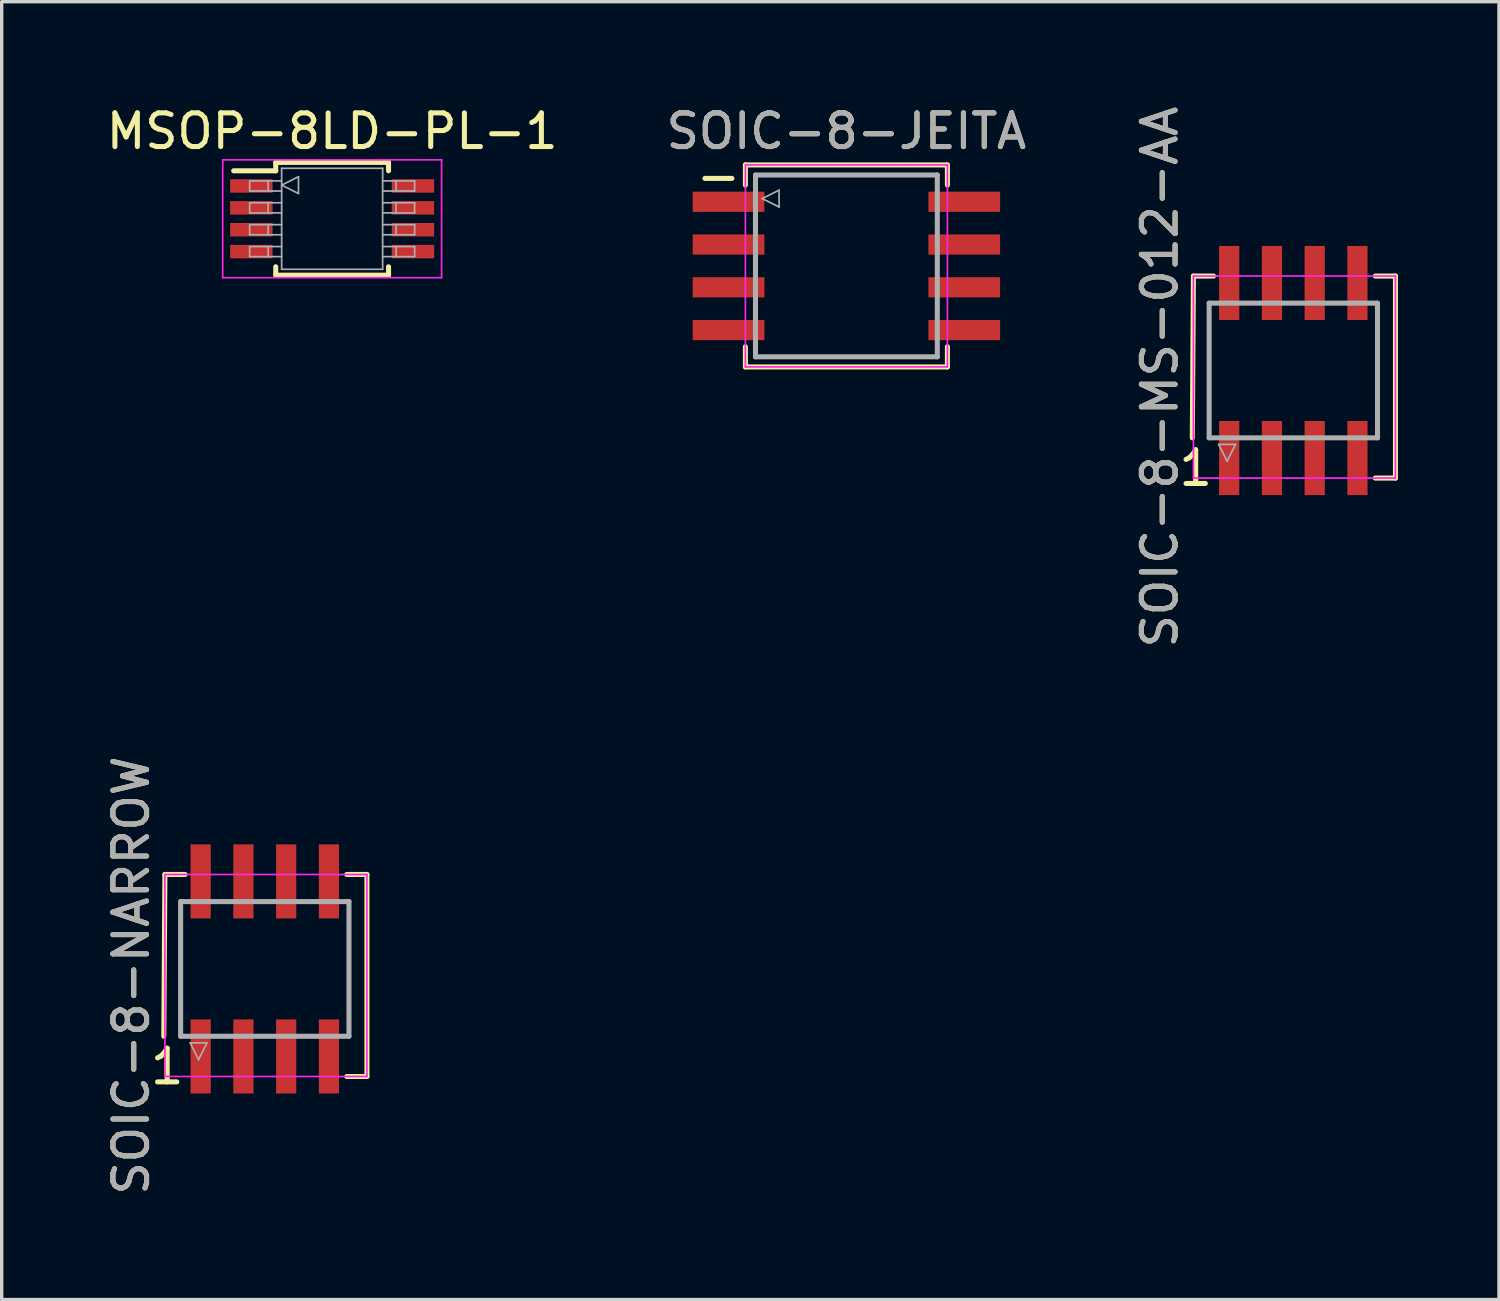
<source format=kicad_pcb>
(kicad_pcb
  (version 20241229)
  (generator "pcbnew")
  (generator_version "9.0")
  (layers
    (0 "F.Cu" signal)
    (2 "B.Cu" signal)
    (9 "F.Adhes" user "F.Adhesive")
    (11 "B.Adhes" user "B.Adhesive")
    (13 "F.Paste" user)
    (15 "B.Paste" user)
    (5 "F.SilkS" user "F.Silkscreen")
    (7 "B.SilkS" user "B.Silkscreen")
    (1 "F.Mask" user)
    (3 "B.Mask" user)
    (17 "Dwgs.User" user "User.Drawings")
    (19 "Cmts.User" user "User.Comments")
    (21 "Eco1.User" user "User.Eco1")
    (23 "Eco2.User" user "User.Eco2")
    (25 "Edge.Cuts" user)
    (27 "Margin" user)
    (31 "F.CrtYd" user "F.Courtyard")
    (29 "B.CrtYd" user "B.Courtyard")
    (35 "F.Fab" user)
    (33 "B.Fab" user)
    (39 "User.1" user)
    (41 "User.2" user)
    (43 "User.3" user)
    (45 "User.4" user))
  (footprint "SOIC−8-JEITA"
    (layer "F.Cu")
    (at 22.089 4.848)
    (property "Reference" "SOIC−8-JEITA" (at 0 -4 0) (layer "F.SilkS") (effects (font (size 1 1) (thickness 0.15))))
    (attr smd)
    (fp_line (start -3.4 -2.6) (end -4.2 -2.6) (stroke (width 0.15) (type solid)) (layer "F.SilkS"))
    (fp_line (start -3 -3) (end -3 -2.4) (stroke (width 0.15) (type solid)) (layer "F.SilkS"))
    (fp_line (start -3 -3) (end 3 -3) (stroke (width 0.15) (type solid)) (layer "F.SilkS"))
    (fp_line (start -3 3) (end -3 2.4) (stroke (width 0.15) (type solid)) (layer "F.SilkS"))
    (fp_line (start -3 3) (end 3 3) (stroke (width 0.15) (type solid)) (layer "F.SilkS"))
    (fp_line (start 3 -3) (end 3 -2.4) (stroke (width 0.15) (type solid)) (layer "F.SilkS"))
    (fp_line (start 3 2.4) (end 3 3) (stroke (width 0.15) (type solid)) (layer "F.SilkS"))
    (fp_line (start -3 -3) (end -3 3) (stroke (width 0.05) (type solid)) (layer "F.CrtYd"))
    (fp_line (start -3 -3) (end 3 -3) (stroke (width 0.05) (type solid)) (layer "F.CrtYd"))
    (fp_line (start -3 3) (end 3 3) (stroke (width 0.05) (type solid)) (layer "F.CrtYd"))
    (fp_line (start 3 -3) (end 3 3) (stroke (width 0.05) (type solid)) (layer "F.CrtYd"))
    (fp_line (start -2.7 -2.7) (end -2.7 2.7) (stroke (width 0.15) (type solid)) (layer "F.Fab"))
    (fp_line (start -2.7 2.7) (end 2.7 2.7) (stroke (width 0.15) (type solid)) (layer "F.Fab"))
    (fp_line (start -2.5 -2) (end -2 -2.25) (stroke (width 0.05) (type solid)) (layer "F.Fab"))
    (fp_line (start -2 -2.25) (end -2 -1.75) (stroke (width 0.05) (type solid)) (layer "F.Fab"))
    (fp_line (start -2 -1.75) (end -2.5 -2) (stroke (width 0.05) (type solid)) (layer "F.Fab"))
    (fp_line (start 2.7 -2.7) (end -2.7 -2.7) (stroke (width 0.15) (type solid)) (layer "F.Fab"))
    (fp_line (start 2.7 2.7) (end 2.7 -2.7) (stroke (width 0.15) (type solid)) (layer "F.Fab"))
    (fp_text user "${REFERENCE}" (at 0 -4 0) (layer "F.Fab") (effects (font (size 1 1) (thickness 0.15))))
    (pad "1" smd rect (at -3.5 -1.905) (size 2.13 0.6) (layers "F.Cu" "F.Mask" "F.Paste"))
    (pad "2" smd rect (at -3.5 -0.635) (size 2.13 0.6) (layers "F.Cu" "F.Mask" "F.Paste"))
    (pad "3" smd rect (at -3.5 0.635) (size 2.13 0.6) (layers "F.Cu" "F.Mask" "F.Paste"))
    (pad "4" smd rect (at -3.5 1.905) (size 2.13 0.6) (layers "F.Cu" "F.Mask" "F.Paste"))
    (pad "5" smd rect (at 3.5 1.905) (size 2.13 0.6) (layers "F.Cu" "F.Mask" "F.Paste"))
    (pad "6" smd rect (at 3.5 0.635) (size 2.13 0.6) (layers "F.Cu" "F.Mask" "F.Paste"))
    (pad "7" smd rect (at 3.5 -0.635) (size 2.13 0.6) (layers "F.Cu" "F.Mask" "F.Paste"))
    (pad "8" smd rect (at 3.5 -1.905) (size 2.13 0.6) (layers "F.Cu" "F.Mask" "F.Paste")))
  (footprint "SOIC−8-NARROW"
    (layer "F.Cu")
    (at 4.815 25.728)
    (property "Reference" "SOIC−8-NARROW" (at -3.967 0.195 90) (layer "F.SilkS") (effects (font (size 1 1) (thickness 0.15))))
    (attr smd)
    (fp_line (start -3 2) (end -2.967 -2.805) (stroke (width 0.15) (type solid)) (layer "F.SilkS"))
    (fp_line (start -2.967 -2.805) (end -2.367 -2.805) (stroke (width 0.15) (type solid)) (layer "F.SilkS"))
    (fp_line (start 2.433 -2.805) (end 3.033 -2.805) (stroke (width 0.15) (type solid)) (layer "F.SilkS"))
    (fp_line (start 3.033 3.195) (end 2.433 3.195) (stroke (width 0.15) (type solid)) (layer "F.SilkS"))
    (fp_line (start 3.033 3.195) (end 3.033 -2.805) (stroke (width 0.15) (type solid)) (layer "F.SilkS"))
    (fp_line (start -2.967 -2.805) (end 3.033 -2.805) (stroke (width 0.05) (type solid)) (layer "F.CrtYd"))
    (fp_line (start -2.967 3.195) (end -2.967 -2.805) (stroke (width 0.05) (type solid)) (layer "F.CrtYd"))
    (fp_line (start -2.967 3.195) (end 3.033 3.195) (stroke (width 0.05) (type solid)) (layer "F.CrtYd"))
    (fp_line (start 3.033 3.195) (end 3.033 -2.805) (stroke (width 0.05) (type solid)) (layer "F.CrtYd"))
    (fp_line (start -2.5 -2) (end -2.5 2) (stroke (width 0.15) (type solid)) (layer "F.Fab"))
    (fp_line (start -2.5 2) (end 2.5 2) (stroke (width 0.15) (type solid)) (layer "F.Fab"))
    (fp_line (start -2.217 2.195) (end -1.717 2.195) (stroke (width 0.05) (type solid)) (layer "F.Fab"))
    (fp_line (start -1.967 2.695) (end -2.217 2.195) (stroke (width 0.05) (type solid)) (layer "F.Fab"))
    (fp_line (start -1.717 2.195) (end -1.967 2.695) (stroke (width 0.05) (type solid)) (layer "F.Fab"))
    (fp_line (start 2.5 -2) (end -2.5 -2) (stroke (width 0.15) (type solid)) (layer "F.Fab"))
    (fp_line (start 2.5 2) (end 2.5 -2) (stroke (width 0.15) (type solid)) (layer "F.Fab"))
    (fp_text user "1" (at -2.9 2.9 0) (layer "F.SilkS") (effects (font (size 1 1) (thickness 0.15))))
    (fp_text user "${REFERENCE}" (at -3.967 0.195 90) (layer "F.Fab") (effects (font (size 1 1) (thickness 0.15))))
    (pad "1" smd rect (at -1.905 2.6) (size 0.6 2.2) (layers "F.Cu" "F.Mask" "F.Paste"))
    (pad "2" smd rect (at -0.635 2.6) (size 0.6 2.2) (layers "F.Cu" "F.Mask" "F.Paste"))
    (pad "3" smd rect (at 0.635 2.6) (size 0.6 2.2) (layers "F.Cu" "F.Mask" "F.Paste"))
    (pad "4" smd rect (at 1.905 2.6) (size 0.6 2.2) (layers "F.Cu" "F.Mask" "F.Paste"))
    (pad "5" smd rect (at 1.905 -2.6) (size 0.6 2.2) (layers "F.Cu" "F.Mask" "F.Paste"))
    (pad "6" smd rect (at 0.635 -2.6) (size 0.6 2.2) (layers "F.Cu" "F.Mask" "F.Paste"))
    (pad "7" smd rect (at -0.635 -2.6) (size 0.6 2.2) (layers "F.Cu" "F.Mask" "F.Paste"))
    (pad "8" smd rect (at -1.905 -2.6) (size 0.6 2.2) (layers "F.Cu" "F.Mask" "F.Paste")))
  (footprint "SOIC−8-MS-012-AA"
    (layer "F.Cu")
    (at 35.363 7.954)
    (property "Reference" "SOIC−8-MS-012-AA" (at -3.967 0.195 90) (layer "F.SilkS") (effects (font (size 1 1) (thickness 0.15))))
    (attr smd)
    (fp_line (start -3 2) (end -2.967 -2.805) (stroke (width 0.15) (type solid)) (layer "F.SilkS"))
    (fp_line (start -2.967 -2.805) (end -2.367 -2.805) (stroke (width 0.15) (type solid)) (layer "F.SilkS"))
    (fp_line (start 2.433 -2.805) (end 3.033 -2.805) (stroke (width 0.15) (type solid)) (layer "F.SilkS"))
    (fp_line (start 3.033 3.195) (end 2.433 3.195) (stroke (width 0.15) (type solid)) (layer "F.SilkS"))
    (fp_line (start 3.033 3.195) (end 3.033 -2.805) (stroke (width 0.15) (type solid)) (layer "F.SilkS"))
    (fp_line (start -2.967 -2.805) (end 3.033 -2.805) (stroke (width 0.05) (type solid)) (layer "F.CrtYd"))
    (fp_line (start -2.967 3.195) (end -2.967 -2.805) (stroke (width 0.05) (type solid)) (layer "F.CrtYd"))
    (fp_line (start -2.967 3.195) (end 3.033 3.195) (stroke (width 0.05) (type solid)) (layer "F.CrtYd"))
    (fp_line (start 3.033 3.195) (end 3.033 -2.805) (stroke (width 0.05) (type solid)) (layer "F.CrtYd"))
    (fp_line (start -2.5 -2) (end -2.5 2) (stroke (width 0.15) (type solid)) (layer "F.Fab"))
    (fp_line (start -2.5 2) (end 2.5 2) (stroke (width 0.15) (type solid)) (layer "F.Fab"))
    (fp_line (start -2.217 2.195) (end -1.717 2.195) (stroke (width 0.05) (type solid)) (layer "F.Fab"))
    (fp_line (start -1.967 2.695) (end -2.217 2.195) (stroke (width 0.05) (type solid)) (layer "F.Fab"))
    (fp_line (start -1.717 2.195) (end -1.967 2.695) (stroke (width 0.05) (type solid)) (layer "F.Fab"))
    (fp_line (start 2.5 -2) (end -2.5 -2) (stroke (width 0.15) (type solid)) (layer "F.Fab"))
    (fp_line (start 2.5 2) (end 2.5 -2) (stroke (width 0.15) (type solid)) (layer "F.Fab"))
    (fp_text user "1" (at -2.9 2.9 0) (layer "F.SilkS") (effects (font (size 1 1) (thickness 0.15))))
    (fp_text user "${REFERENCE}" (at -3.967 0.195 90) (layer "F.Fab") (effects (font (size 1 1) (thickness 0.15))))
    (pad "1" smd rect (at -1.905 2.6) (size 0.6 2.2) (layers "F.Cu" "F.Mask" "F.Paste"))
    (pad "2" smd rect (at -0.635 2.6) (size 0.6 2.2) (layers "F.Cu" "F.Mask" "F.Paste"))
    (pad "3" smd rect (at 0.635 2.6) (size 0.6 2.2) (layers "F.Cu" "F.Mask" "F.Paste"))
    (pad "4" smd rect (at 1.905 2.6) (size 0.6 2.2) (layers "F.Cu" "F.Mask" "F.Paste"))
    (pad "5" smd rect (at 1.905 -2.6) (size 0.6 2.2) (layers "F.Cu" "F.Mask" "F.Paste"))
    (pad "6" smd rect (at 0.635 -2.6) (size 0.6 2.2) (layers "F.Cu" "F.Mask" "F.Paste"))
    (pad "7" smd rect (at -0.635 -2.6) (size 0.6 2.2) (layers "F.Cu" "F.Mask" "F.Paste"))
    (pad "8" smd rect (at -1.905 -2.6) (size 0.6 2.2) (layers "F.Cu" "F.Mask" "F.Paste")))
  (footprint "MSOP-8LD-PL-1"
    (layer "F.Cu")
    (at 6.815 3.448)
    (property "Reference" "MSOP-8LD-PL-1" (at 0 -2.6 0) (layer "F.SilkS") (effects (font (size 1 1) (thickness 0.15))))
    (attr smd)
    (fp_line (start -1.675 -1.675) (end -1.675 -1.425) (stroke (width 0.15) (type solid)) (layer "F.SilkS"))
    (fp_line (start -1.675 -1.675) (end 1.675 -1.675) (stroke (width 0.15) (type solid)) (layer "F.SilkS"))
    (fp_line (start -1.675 -1.425) (end -2.925 -1.425) (stroke (width 0.15) (type solid)) (layer "F.SilkS"))
    (fp_line (start -1.675 1.675) (end -1.675 1.425) (stroke (width 0.15) (type solid)) (layer "F.SilkS"))
    (fp_line (start -1.675 1.675) (end 1.675 1.675) (stroke (width 0.15) (type solid)) (layer "F.SilkS"))
    (fp_line (start 1.675 -1.675) (end 1.675 -1.425) (stroke (width 0.15) (type solid)) (layer "F.SilkS"))
    (fp_line (start 1.675 1.675) (end 1.675 1.425) (stroke (width 0.15) (type solid)) (layer "F.SilkS"))
    (fp_line (start -3.25 -1.75) (end -3.25 1.75) (stroke (width 0.05) (type solid)) (layer "F.CrtYd"))
    (fp_line (start -3.25 -1.75) (end 3.25 -1.75) (stroke (width 0.05) (type solid)) (layer "F.CrtYd"))
    (fp_line (start -3.25 1.75) (end 3.25 1.75) (stroke (width 0.05) (type solid)) (layer "F.CrtYd"))
    (fp_line (start 3.25 -1.75) (end 3.25 1.75) (stroke (width 0.05) (type solid)) (layer "F.CrtYd"))
    (fp_line (start -2.45 -1.125) (end -2.45 -0.825) (stroke (width 0.05) (type solid)) (layer "F.Fab"))
    (fp_line (start -2.45 -1.125) (end -1.5 -1.125) (stroke (width 0.05) (type solid)) (layer "F.Fab"))
    (fp_line (start -2.45 -0.825) (end -1.5 -0.825) (stroke (width 0.05) (type solid)) (layer "F.Fab"))
    (fp_line (start -2.45 -0.475) (end -2.45 -0.175) (stroke (width 0.05) (type solid)) (layer "F.Fab"))
    (fp_line (start -2.45 -0.475) (end -1.5 -0.475) (stroke (width 0.05) (type solid)) (layer "F.Fab"))
    (fp_line (start -2.45 -0.175) (end -1.5 -0.175) (stroke (width 0.05) (type solid)) (layer "F.Fab"))
    (fp_line (start -2.45 0.175) (end -2.45 0.475) (stroke (width 0.05) (type solid)) (layer "F.Fab"))
    (fp_line (start -2.45 0.175) (end -1.5 0.175) (stroke (width 0.05) (type solid)) (layer "F.Fab"))
    (fp_line (start -2.45 0.475) (end -1.5 0.475) (stroke (width 0.05) (type solid)) (layer "F.Fab"))
    (fp_line (start -2.45 0.825) (end -2.45 1.125) (stroke (width 0.05) (type solid)) (layer "F.Fab"))
    (fp_line (start -2.45 0.825) (end -1.5 0.825) (stroke (width 0.05) (type solid)) (layer "F.Fab"))
    (fp_line (start -2.45 1.125) (end -1.5 1.125) (stroke (width 0.05) (type solid)) (layer "F.Fab"))
    (fp_line (start -1.9 -1.125) (end -1.9 -0.825) (stroke (width 0.05) (type solid)) (layer "F.Fab"))
    (fp_line (start -1.9 -0.475) (end -1.9 -0.175) (stroke (width 0.05) (type solid)) (layer "F.Fab"))
    (fp_line (start -1.9 0.175) (end -1.9 0.475) (stroke (width 0.05) (type solid)) (layer "F.Fab"))
    (fp_line (start -1.9 0.825) (end -1.9 1.125) (stroke (width 0.05) (type solid)) (layer "F.Fab"))
    (fp_line (start -1.5 -1.5) (end -1.5 1.5) (stroke (width 0.05) (type solid)) (layer "F.Fab"))
    (fp_line (start -1.5 -1) (end -1 -1.25) (stroke (width 0.05) (type solid)) (layer "F.Fab"))
    (fp_line (start -1.5 1.5) (end 1.5 1.5) (stroke (width 0.05) (type solid)) (layer "F.Fab"))
    (fp_line (start -1 -1.25) (end -1 -0.75) (stroke (width 0.05) (type solid)) (layer "F.Fab"))
    (fp_line (start -1 -0.75) (end -1.5 -1) (stroke (width 0.05) (type solid)) (layer "F.Fab"))
    (fp_line (start 1.5 -1.5) (end -1.5 -1.5) (stroke (width 0.05) (type solid)) (layer "F.Fab"))
    (fp_line (start 1.5 -1.125) (end 2.45 -1.125) (stroke (width 0.05) (type solid)) (layer "F.Fab"))
    (fp_line (start 1.5 -0.825) (end 2.45 -0.825) (stroke (width 0.05) (type solid)) (layer "F.Fab"))
    (fp_line (start 1.5 -0.475) (end 2.45 -0.475) (stroke (width 0.05) (type solid)) (layer "F.Fab"))
    (fp_line (start 1.5 -0.175) (end 2.45 -0.175) (stroke (width 0.05) (type solid)) (layer "F.Fab"))
    (fp_line (start 1.5 0.175) (end 2.45 0.175) (stroke (width 0.05) (type solid)) (layer "F.Fab"))
    (fp_line (start 1.5 0.475) (end 2.45 0.475) (stroke (width 0.05) (type solid)) (layer "F.Fab"))
    (fp_line (start 1.5 0.825) (end 2.45 0.825) (stroke (width 0.05) (type solid)) (layer "F.Fab"))
    (fp_line (start 1.5 1.125) (end 2.45 1.125) (stroke (width 0.05) (type solid)) (layer "F.Fab"))
    (fp_line (start 1.5 1.5) (end 1.5 -1.5) (stroke (width 0.05) (type solid)) (layer "F.Fab"))
    (fp_line (start 1.9 -1.125) (end 1.9 -0.825) (stroke (width 0.05) (type solid)) (layer "F.Fab"))
    (fp_line (start 1.9 -0.475) (end 1.9 -0.175) (stroke (width 0.05) (type solid)) (layer "F.Fab"))
    (fp_line (start 1.9 0.175) (end 1.9 0.475) (stroke (width 0.05) (type solid)) (layer "F.Fab"))
    (fp_line (start 1.9 0.825) (end 1.9 1.125) (stroke (width 0.05) (type solid)) (layer "F.Fab"))
    (fp_line (start 2.45 -1.125) (end 2.45 -0.825) (stroke (width 0.05) (type solid)) (layer "F.Fab"))
    (fp_line (start 2.45 -0.475) (end 2.45 -0.175) (stroke (width 0.05) (type solid)) (layer "F.Fab"))
    (fp_line (start 2.45 0.175) (end 2.45 0.475) (stroke (width 0.05) (type solid)) (layer "F.Fab"))
    (fp_line (start 2.45 0.825) (end 2.45 1.125) (stroke (width 0.05) (type solid)) (layer "F.Fab"))
    (pad "1" smd rect (at -2.4 -0.975) (size 1.26 0.4) (layers "F.Cu" "F.Mask" "F.Paste"))
    (pad "2" smd rect (at -2.4 -0.325) (size 1.26 0.4) (layers "F.Cu" "F.Mask" "F.Paste"))
    (pad "3" smd rect (at -2.4 0.325) (size 1.26 0.4) (layers "F.Cu" "F.Mask" "F.Paste"))
    (pad "4" smd rect (at -2.4 0.975) (size 1.26 0.4) (layers "F.Cu" "F.Mask" "F.Paste"))
    (pad "5" smd rect (at 2.4 0.975) (size 1.26 0.4) (layers "F.Cu" "F.Mask" "F.Paste"))
    (pad "6" smd rect (at 2.4 0.325) (size 1.26 0.4) (layers "F.Cu" "F.Mask" "F.Paste"))
    (pad "7" smd rect (at 2.4 -0.325) (size 1.26 0.4) (layers "F.Cu" "F.Mask" "F.Paste"))
    (pad "8" smd rect (at 2.4 -0.975) (size 1.26 0.4) (layers "F.Cu" "F.Mask" "F.Paste")))
  (gr_rect
    (start -3 -3)
    (end 41.471 35.548)
    (stroke (width 0.1) (type default))
    (fill no)
    (layer "Edge.Cuts")))
</source>
